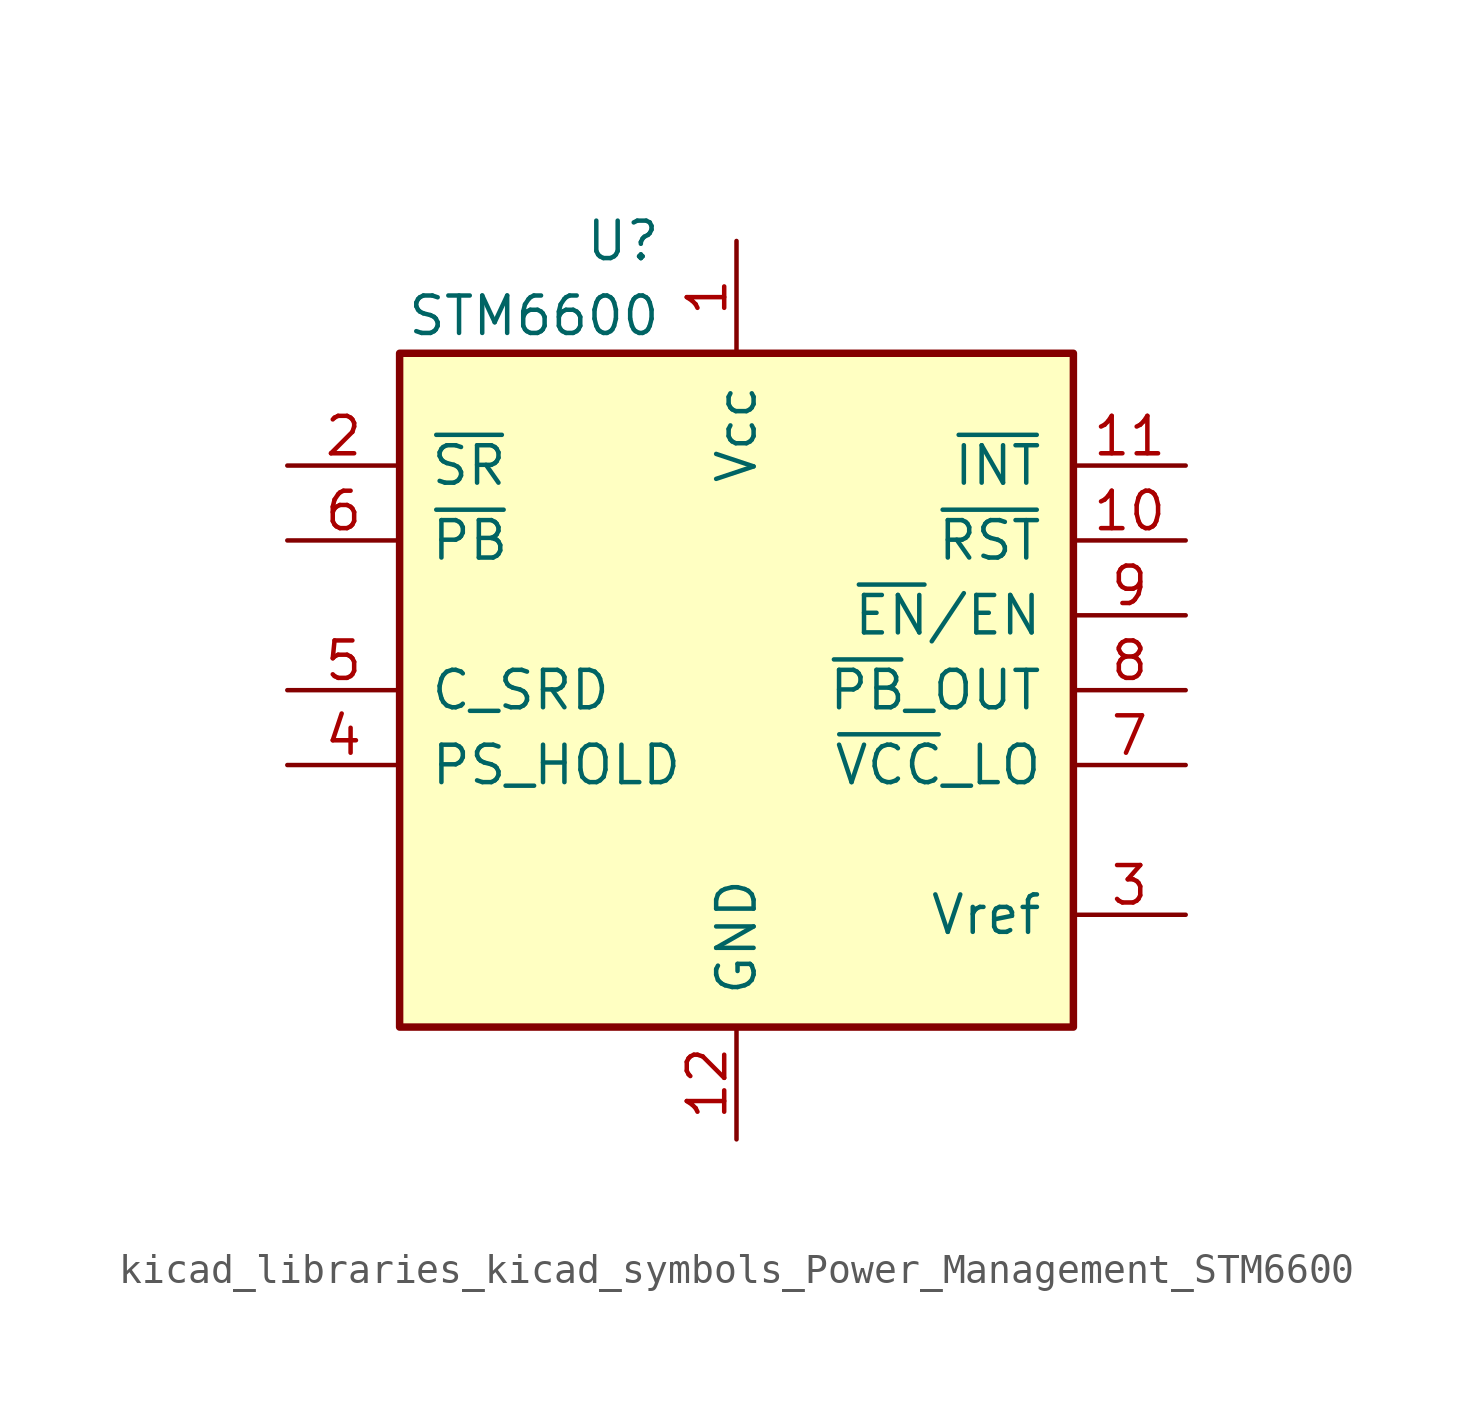
<source format=kicad_sym>
(kicad_symbol_lib
  (version 20220914)
  (generator kicad_symbol_editor)
  (symbol "kicad_libraries_kicad_symbols_Power_Management_STM6600"
    (pin_names
      (offset 1.016))
    (property "Reference" "U"
      (at -2.54 15.24 0)
      (effects (font (size 1.27 1.27)) (justify right)))
    (property "Value" "STM6600"
      (at -2.54 12.7 0)
      (effects (font (size 1.27 1.27)) (justify right)))
    (symbol "kicad_libraries_kicad_symbols_Power_Management_STM6600_0_1"
      (rectangle (start -11.43 11.43) (end 11.43 -11.43) (stroke (width 0.254) (type default)) (fill (type background))))
    (symbol "kicad_libraries_kicad_symbols_Power_Management_STM6600_1_1"
      (pin power_in line (at 0 15.24 270) (length 3.81) (name "Vcc" (effects (font (size 1.27 1.27)))) (number "1" (effects (font (size 1.27 1.27)))))
      (pin open_collector line (at 15.24 5.08 180) (length 3.81) (name "~{RST}" (effects (font (size 1.27 1.27)))) (number "10" (effects (font (size 1.27 1.27)))))
      (pin open_collector line (at 15.24 7.62 180) (length 3.81) (name "~{INT}" (effects (font (size 1.27 1.27)))) (number "11" (effects (font (size 1.27 1.27)))))
      (pin power_in line (at 0 -15.24 90) (length 3.81) (name "GND" (effects (font (size 1.27 1.27)))) (number "12" (effects (font (size 1.27 1.27)))))
      (pin input line (at -15.24 7.62 0) (length 3.81) (name "~{SR}" (effects (font (size 1.27 1.27)))) (number "2" (effects (font (size 1.27 1.27)))))
      (pin output line (at 15.24 -7.62 180) (length 3.81) (name "Vref" (effects (font (size 1.27 1.27)))) (number "3" (effects (font (size 1.27 1.27)))))
      (pin input line (at -15.24 -2.54 0) (length 3.81) (name "PS_HOLD" (effects (font (size 1.27 1.27)))) (number "4" (effects (font (size 1.27 1.27)))))
      (pin input line (at -15.24 0 0) (length 3.81) (name "C_SRD" (effects (font (size 1.27 1.27)))) (number "5" (effects (font (size 1.27 1.27)))))
      (pin input line (at -15.24 5.08 0) (length 3.81) (name "~{PB}" (effects (font (size 1.27 1.27)))) (number "6" (effects (font (size 1.27 1.27)))))
      (pin open_collector line (at 15.24 -2.54 180) (length 3.81) (name "~{VCC}_LO" (effects (font (size 1.27 1.27)))) (number "7" (effects (font (size 1.27 1.27)))))
      (pin open_collector line (at 15.24 0 180) (length 3.81) (name "~{PB}_OUT" (effects (font (size 1.27 1.27)))) (number "8" (effects (font (size 1.27 1.27)))))
      (pin output line (at 15.24 2.54 180) (length 3.81) (name "~{EN}/EN" (effects (font (size 1.27 1.27)))) (number "9" (effects (font (size 1.27 1.27))))))))
</source>
